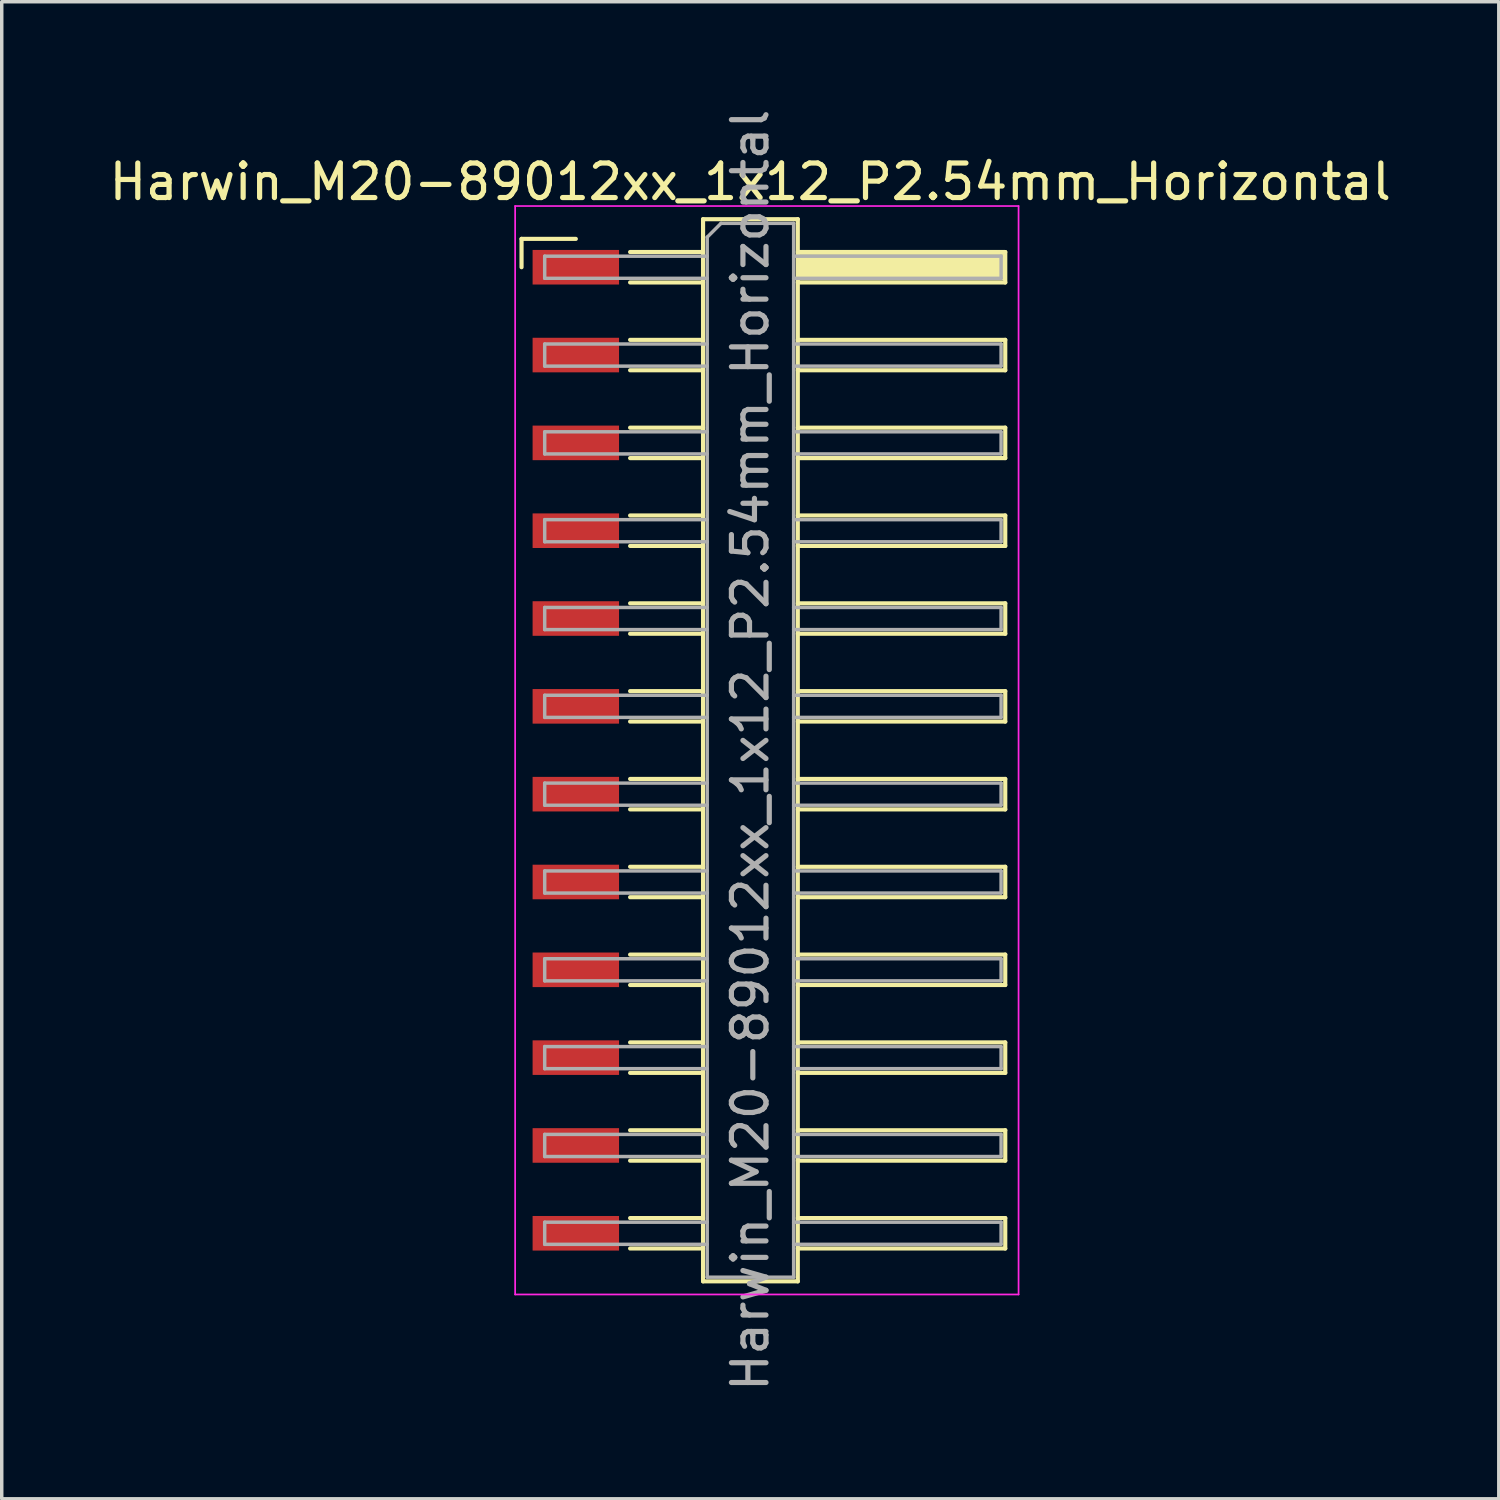
<source format=kicad_pcb>
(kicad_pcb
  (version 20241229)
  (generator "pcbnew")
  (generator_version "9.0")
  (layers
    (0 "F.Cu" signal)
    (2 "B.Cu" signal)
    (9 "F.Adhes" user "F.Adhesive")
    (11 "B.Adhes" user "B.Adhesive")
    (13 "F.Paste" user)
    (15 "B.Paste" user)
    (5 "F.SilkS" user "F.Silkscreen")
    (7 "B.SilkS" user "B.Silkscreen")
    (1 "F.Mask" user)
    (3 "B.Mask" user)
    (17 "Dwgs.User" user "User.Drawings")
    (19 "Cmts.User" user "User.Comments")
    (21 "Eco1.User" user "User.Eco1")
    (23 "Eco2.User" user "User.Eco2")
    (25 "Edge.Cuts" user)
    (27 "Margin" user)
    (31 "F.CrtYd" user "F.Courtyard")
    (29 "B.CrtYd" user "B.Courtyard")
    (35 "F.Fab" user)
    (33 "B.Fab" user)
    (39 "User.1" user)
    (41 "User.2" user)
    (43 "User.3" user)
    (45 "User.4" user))
  (footprint "Harwin_M20-89012xx_1x12_P2.54mm_Horizontal"
    (layer "F.Cu")
    (at 19.129 18.649)
    (property "Reference" "Harwin_M20-89012xx_1x12_P2.54mm_Horizontal" (at -0.48 -16.44 0) (layer "F.SilkS") (effects (font (size 1 1) (thickness 0.15))))
    (attr smd)
    (fp_line (start -7.095 -14.79) (end -5.525 -14.79) (stroke (width 0.12) (type solid)) (layer "F.SilkS"))
    (fp_line (start -7.095 -13.97) (end -7.095 -14.79) (stroke (width 0.12) (type solid)) (layer "F.SilkS"))
    (fp_line (start -3.955 -14.41) (end -1.845 -14.41) (stroke (width 0.12) (type solid)) (layer "F.SilkS"))
    (fp_line (start -3.955 -13.53) (end -1.845 -13.53) (stroke (width 0.12) (type solid)) (layer "F.SilkS"))
    (fp_line (start -3.955 -11.87) (end -1.845 -11.87) (stroke (width 0.12) (type solid)) (layer "F.SilkS"))
    (fp_line (start -3.955 -10.99) (end -1.845 -10.99) (stroke (width 0.12) (type solid)) (layer "F.SilkS"))
    (fp_line (start -3.955 -9.33) (end -1.845 -9.33) (stroke (width 0.12) (type solid)) (layer "F.SilkS"))
    (fp_line (start -3.955 -8.45) (end -1.845 -8.45) (stroke (width 0.12) (type solid)) (layer "F.SilkS"))
    (fp_line (start -3.955 -6.79) (end -1.845 -6.79) (stroke (width 0.12) (type solid)) (layer "F.SilkS"))
    (fp_line (start -3.955 -5.91) (end -1.845 -5.91) (stroke (width 0.12) (type solid)) (layer "F.SilkS"))
    (fp_line (start -3.955 -4.25) (end -1.845 -4.25) (stroke (width 0.12) (type solid)) (layer "F.SilkS"))
    (fp_line (start -3.955 -3.37) (end -1.845 -3.37) (stroke (width 0.12) (type solid)) (layer "F.SilkS"))
    (fp_line (start -3.955 -1.71) (end -1.845 -1.71) (stroke (width 0.12) (type solid)) (layer "F.SilkS"))
    (fp_line (start -3.955 -0.83) (end -1.845 -0.83) (stroke (width 0.12) (type solid)) (layer "F.SilkS"))
    (fp_line (start -3.955 0.83) (end -1.845 0.83) (stroke (width 0.12) (type solid)) (layer "F.SilkS"))
    (fp_line (start -3.955 1.71) (end -1.845 1.71) (stroke (width 0.12) (type solid)) (layer "F.SilkS"))
    (fp_line (start -3.955 3.37) (end -1.845 3.37) (stroke (width 0.12) (type solid)) (layer "F.SilkS"))
    (fp_line (start -3.955 4.25) (end -1.845 4.25) (stroke (width 0.12) (type solid)) (layer "F.SilkS"))
    (fp_line (start -3.955 5.91) (end -1.845 5.91) (stroke (width 0.12) (type solid)) (layer "F.SilkS"))
    (fp_line (start -3.955 6.79) (end -1.845 6.79) (stroke (width 0.12) (type solid)) (layer "F.SilkS"))
    (fp_line (start -3.955 8.45) (end -1.845 8.45) (stroke (width 0.12) (type solid)) (layer "F.SilkS"))
    (fp_line (start -3.955 9.33) (end -1.845 9.33) (stroke (width 0.12) (type solid)) (layer "F.SilkS"))
    (fp_line (start -3.955 10.99) (end -1.845 10.99) (stroke (width 0.12) (type solid)) (layer "F.SilkS"))
    (fp_line (start -3.955 11.87) (end -1.845 11.87) (stroke (width 0.12) (type solid)) (layer "F.SilkS"))
    (fp_line (start -3.955 13.53) (end -1.845 13.53) (stroke (width 0.12) (type solid)) (layer "F.SilkS"))
    (fp_line (start -3.955 14.41) (end -1.845 14.41) (stroke (width 0.12) (type solid)) (layer "F.SilkS"))
    (fp_line (start -1.845 -15.36) (end 0.895 -15.36) (stroke (width 0.12) (type solid)) (layer "F.SilkS"))
    (fp_line (start -1.845 15.36) (end -1.845 -15.36) (stroke (width 0.12) (type solid)) (layer "F.SilkS"))
    (fp_line (start 0.895 -15.36) (end 0.895 15.36) (stroke (width 0.12) (type solid)) (layer "F.SilkS"))
    (fp_line (start 0.895 -14.41) (end 6.895 -14.41) (stroke (width 0.12) (type solid)) (layer "F.SilkS"))
    (fp_line (start 0.895 -11.87) (end 6.895 -11.87) (stroke (width 0.12) (type solid)) (layer "F.SilkS"))
    (fp_line (start 0.895 -9.33) (end 6.895 -9.33) (stroke (width 0.12) (type solid)) (layer "F.SilkS"))
    (fp_line (start 0.895 -6.79) (end 6.895 -6.79) (stroke (width 0.12) (type solid)) (layer "F.SilkS"))
    (fp_line (start 0.895 -4.25) (end 6.895 -4.25) (stroke (width 0.12) (type solid)) (layer "F.SilkS"))
    (fp_line (start 0.895 -1.71) (end 6.895 -1.71) (stroke (width 0.12) (type solid)) (layer "F.SilkS"))
    (fp_line (start 0.895 0.83) (end 6.895 0.83) (stroke (width 0.12) (type solid)) (layer "F.SilkS"))
    (fp_line (start 0.895 3.37) (end 6.895 3.37) (stroke (width 0.12) (type solid)) (layer "F.SilkS"))
    (fp_line (start 0.895 5.91) (end 6.895 5.91) (stroke (width 0.12) (type solid)) (layer "F.SilkS"))
    (fp_line (start 0.895 8.45) (end 6.895 8.45) (stroke (width 0.12) (type solid)) (layer "F.SilkS"))
    (fp_line (start 0.895 10.99) (end 6.895 10.99) (stroke (width 0.12) (type solid)) (layer "F.SilkS"))
    (fp_line (start 0.895 13.53) (end 6.895 13.53) (stroke (width 0.12) (type solid)) (layer "F.SilkS"))
    (fp_line (start 0.895 15.36) (end -1.845 15.36) (stroke (width 0.12) (type solid)) (layer "F.SilkS"))
    (fp_line (start 6.895 -14.41) (end 6.895 -13.53) (stroke (width 0.12) (type solid)) (layer "F.SilkS"))
    (fp_line (start 6.895 -13.53) (end 0.895 -13.53) (stroke (width 0.12) (type solid)) (layer "F.SilkS"))
    (fp_line (start 6.895 -11.87) (end 6.895 -10.99) (stroke (width 0.12) (type solid)) (layer "F.SilkS"))
    (fp_line (start 6.895 -10.99) (end 0.895 -10.99) (stroke (width 0.12) (type solid)) (layer "F.SilkS"))
    (fp_line (start 6.895 -9.33) (end 6.895 -8.45) (stroke (width 0.12) (type solid)) (layer "F.SilkS"))
    (fp_line (start 6.895 -8.45) (end 0.895 -8.45) (stroke (width 0.12) (type solid)) (layer "F.SilkS"))
    (fp_line (start 6.895 -6.79) (end 6.895 -5.91) (stroke (width 0.12) (type solid)) (layer "F.SilkS"))
    (fp_line (start 6.895 -5.91) (end 0.895 -5.91) (stroke (width 0.12) (type solid)) (layer "F.SilkS"))
    (fp_line (start 6.895 -4.25) (end 6.895 -3.37) (stroke (width 0.12) (type solid)) (layer "F.SilkS"))
    (fp_line (start 6.895 -3.37) (end 0.895 -3.37) (stroke (width 0.12) (type solid)) (layer "F.SilkS"))
    (fp_line (start 6.895 -1.71) (end 6.895 -0.83) (stroke (width 0.12) (type solid)) (layer "F.SilkS"))
    (fp_line (start 6.895 -0.83) (end 0.895 -0.83) (stroke (width 0.12) (type solid)) (layer "F.SilkS"))
    (fp_line (start 6.895 0.83) (end 6.895 1.71) (stroke (width 0.12) (type solid)) (layer "F.SilkS"))
    (fp_line (start 6.895 1.71) (end 0.895 1.71) (stroke (width 0.12) (type solid)) (layer "F.SilkS"))
    (fp_line (start 6.895 3.37) (end 6.895 4.25) (stroke (width 0.12) (type solid)) (layer "F.SilkS"))
    (fp_line (start 6.895 4.25) (end 0.895 4.25) (stroke (width 0.12) (type solid)) (layer "F.SilkS"))
    (fp_line (start 6.895 5.91) (end 6.895 6.79) (stroke (width 0.12) (type solid)) (layer "F.SilkS"))
    (fp_line (start 6.895 6.79) (end 0.895 6.79) (stroke (width 0.12) (type solid)) (layer "F.SilkS"))
    (fp_line (start 6.895 8.45) (end 6.895 9.33) (stroke (width 0.12) (type solid)) (layer "F.SilkS"))
    (fp_line (start 6.895 9.33) (end 0.895 9.33) (stroke (width 0.12) (type solid)) (layer "F.SilkS"))
    (fp_line (start 6.895 10.99) (end 6.895 11.87) (stroke (width 0.12) (type solid)) (layer "F.SilkS"))
    (fp_line (start 6.895 11.87) (end 0.895 11.87) (stroke (width 0.12) (type solid)) (layer "F.SilkS"))
    (fp_line (start 6.895 13.53) (end 6.895 14.41) (stroke (width 0.12) (type solid)) (layer "F.SilkS"))
    (fp_line (start 6.895 14.41) (end 0.895 14.41) (stroke (width 0.12) (type solid)) (layer "F.SilkS"))
    (fp_line (start -7.28 -15.74) (end 7.28 -15.74) (stroke (width 0.05) (type solid)) (layer "F.CrtYd"))
    (fp_line (start -7.28 15.74) (end -7.28 -15.74) (stroke (width 0.05) (type solid)) (layer "F.CrtYd"))
    (fp_line (start 7.28 -15.74) (end 7.28 15.74) (stroke (width 0.05) (type solid)) (layer "F.CrtYd"))
    (fp_line (start 7.28 15.74) (end -7.28 15.74) (stroke (width 0.05) (type solid)) (layer "F.CrtYd"))
    (fp_line (start -6.425 -14.29) (end -6.425 -13.65) (stroke (width 0.1) (type solid)) (layer "F.Fab"))
    (fp_line (start -6.425 -13.65) (end -1.725 -13.65) (stroke (width 0.1) (type solid)) (layer "F.Fab"))
    (fp_line (start -6.425 -11.75) (end -6.425 -11.11) (stroke (width 0.1) (type solid)) (layer "F.Fab"))
    (fp_line (start -6.425 -11.11) (end -1.725 -11.11) (stroke (width 0.1) (type solid)) (layer "F.Fab"))
    (fp_line (start -6.425 -9.21) (end -6.425 -8.57) (stroke (width 0.1) (type solid)) (layer "F.Fab"))
    (fp_line (start -6.425 -8.57) (end -1.725 -8.57) (stroke (width 0.1) (type solid)) (layer "F.Fab"))
    (fp_line (start -6.425 -6.67) (end -6.425 -6.03) (stroke (width 0.1) (type solid)) (layer "F.Fab"))
    (fp_line (start -6.425 -6.03) (end -1.725 -6.03) (stroke (width 0.1) (type solid)) (layer "F.Fab"))
    (fp_line (start -6.425 -4.13) (end -6.425 -3.49) (stroke (width 0.1) (type solid)) (layer "F.Fab"))
    (fp_line (start -6.425 -3.49) (end -1.725 -3.49) (stroke (width 0.1) (type solid)) (layer "F.Fab"))
    (fp_line (start -6.425 -1.59) (end -6.425 -0.95) (stroke (width 0.1) (type solid)) (layer "F.Fab"))
    (fp_line (start -6.425 -0.95) (end -1.725 -0.95) (stroke (width 0.1) (type solid)) (layer "F.Fab"))
    (fp_line (start -6.425 0.95) (end -6.425 1.59) (stroke (width 0.1) (type solid)) (layer "F.Fab"))
    (fp_line (start -6.425 1.59) (end -1.725 1.59) (stroke (width 0.1) (type solid)) (layer "F.Fab"))
    (fp_line (start -6.425 3.49) (end -6.425 4.13) (stroke (width 0.1) (type solid)) (layer "F.Fab"))
    (fp_line (start -6.425 4.13) (end -1.725 4.13) (stroke (width 0.1) (type solid)) (layer "F.Fab"))
    (fp_line (start -6.425 6.03) (end -6.425 6.67) (stroke (width 0.1) (type solid)) (layer "F.Fab"))
    (fp_line (start -6.425 6.67) (end -1.725 6.67) (stroke (width 0.1) (type solid)) (layer "F.Fab"))
    (fp_line (start -6.425 8.57) (end -6.425 9.21) (stroke (width 0.1) (type solid)) (layer "F.Fab"))
    (fp_line (start -6.425 9.21) (end -1.725 9.21) (stroke (width 0.1) (type solid)) (layer "F.Fab"))
    (fp_line (start -6.425 11.11) (end -6.425 11.75) (stroke (width 0.1) (type solid)) (layer "F.Fab"))
    (fp_line (start -6.425 11.75) (end -1.725 11.75) (stroke (width 0.1) (type solid)) (layer "F.Fab"))
    (fp_line (start -6.425 13.65) (end -6.425 14.29) (stroke (width 0.1) (type solid)) (layer "F.Fab"))
    (fp_line (start -6.425 14.29) (end -1.725 14.29) (stroke (width 0.1) (type solid)) (layer "F.Fab"))
    (fp_line (start -1.725 -14.84) (end -1.325 -15.24) (stroke (width 0.1) (type solid)) (layer "F.Fab"))
    (fp_line (start -1.725 -14.29) (end -6.425 -14.29) (stroke (width 0.1) (type solid)) (layer "F.Fab"))
    (fp_line (start -1.725 -11.75) (end -6.425 -11.75) (stroke (width 0.1) (type solid)) (layer "F.Fab"))
    (fp_line (start -1.725 -9.21) (end -6.425 -9.21) (stroke (width 0.1) (type solid)) (layer "F.Fab"))
    (fp_line (start -1.725 -6.67) (end -6.425 -6.67) (stroke (width 0.1) (type solid)) (layer "F.Fab"))
    (fp_line (start -1.725 -4.13) (end -6.425 -4.13) (stroke (width 0.1) (type solid)) (layer "F.Fab"))
    (fp_line (start -1.725 -1.59) (end -6.425 -1.59) (stroke (width 0.1) (type solid)) (layer "F.Fab"))
    (fp_line (start -1.725 0.95) (end -6.425 0.95) (stroke (width 0.1) (type solid)) (layer "F.Fab"))
    (fp_line (start -1.725 3.49) (end -6.425 3.49) (stroke (width 0.1) (type solid)) (layer "F.Fab"))
    (fp_line (start -1.725 6.03) (end -6.425 6.03) (stroke (width 0.1) (type solid)) (layer "F.Fab"))
    (fp_line (start -1.725 8.57) (end -6.425 8.57) (stroke (width 0.1) (type solid)) (layer "F.Fab"))
    (fp_line (start -1.725 11.11) (end -6.425 11.11) (stroke (width 0.1) (type solid)) (layer "F.Fab"))
    (fp_line (start -1.725 13.65) (end -6.425 13.65) (stroke (width 0.1) (type solid)) (layer "F.Fab"))
    (fp_line (start -1.725 15.24) (end -1.725 -14.84) (stroke (width 0.1) (type solid)) (layer "F.Fab"))
    (fp_line (start -1.325 -15.24) (end 0.775 -15.24) (stroke (width 0.1) (type solid)) (layer "F.Fab"))
    (fp_line (start 0.775 -15.24) (end 0.775 15.24) (stroke (width 0.1) (type solid)) (layer "F.Fab"))
    (fp_line (start 0.775 -14.29) (end 6.775 -14.29) (stroke (width 0.1) (type solid)) (layer "F.Fab"))
    (fp_line (start 0.775 -11.75) (end 6.775 -11.75) (stroke (width 0.1) (type solid)) (layer "F.Fab"))
    (fp_line (start 0.775 -9.21) (end 6.775 -9.21) (stroke (width 0.1) (type solid)) (layer "F.Fab"))
    (fp_line (start 0.775 -6.67) (end 6.775 -6.67) (stroke (width 0.1) (type solid)) (layer "F.Fab"))
    (fp_line (start 0.775 -4.13) (end 6.775 -4.13) (stroke (width 0.1) (type solid)) (layer "F.Fab"))
    (fp_line (start 0.775 -1.59) (end 6.775 -1.59) (stroke (width 0.1) (type solid)) (layer "F.Fab"))
    (fp_line (start 0.775 0.95) (end 6.775 0.95) (stroke (width 0.1) (type solid)) (layer "F.Fab"))
    (fp_line (start 0.775 3.49) (end 6.775 3.49) (stroke (width 0.1) (type solid)) (layer "F.Fab"))
    (fp_line (start 0.775 6.03) (end 6.775 6.03) (stroke (width 0.1) (type solid)) (layer "F.Fab"))
    (fp_line (start 0.775 8.57) (end 6.775 8.57) (stroke (width 0.1) (type solid)) (layer "F.Fab"))
    (fp_line (start 0.775 11.11) (end 6.775 11.11) (stroke (width 0.1) (type solid)) (layer "F.Fab"))
    (fp_line (start 0.775 13.65) (end 6.775 13.65) (stroke (width 0.1) (type solid)) (layer "F.Fab"))
    (fp_line (start 0.775 15.24) (end -1.725 15.24) (stroke (width 0.1) (type solid)) (layer "F.Fab"))
    (fp_line (start 6.775 -14.29) (end 6.775 -13.65) (stroke (width 0.1) (type solid)) (layer "F.Fab"))
    (fp_line (start 6.775 -13.65) (end 0.775 -13.65) (stroke (width 0.1) (type solid)) (layer "F.Fab"))
    (fp_line (start 6.775 -11.75) (end 6.775 -11.11) (stroke (width 0.1) (type solid)) (layer "F.Fab"))
    (fp_line (start 6.775 -11.11) (end 0.775 -11.11) (stroke (width 0.1) (type solid)) (layer "F.Fab"))
    (fp_line (start 6.775 -9.21) (end 6.775 -8.57) (stroke (width 0.1) (type solid)) (layer "F.Fab"))
    (fp_line (start 6.775 -8.57) (end 0.775 -8.57) (stroke (width 0.1) (type solid)) (layer "F.Fab"))
    (fp_line (start 6.775 -6.67) (end 6.775 -6.03) (stroke (width 0.1) (type solid)) (layer "F.Fab"))
    (fp_line (start 6.775 -6.03) (end 0.775 -6.03) (stroke (width 0.1) (type solid)) (layer "F.Fab"))
    (fp_line (start 6.775 -4.13) (end 6.775 -3.49) (stroke (width 0.1) (type solid)) (layer "F.Fab"))
    (fp_line (start 6.775 -3.49) (end 0.775 -3.49) (stroke (width 0.1) (type solid)) (layer "F.Fab"))
    (fp_line (start 6.775 -1.59) (end 6.775 -0.95) (stroke (width 0.1) (type solid)) (layer "F.Fab"))
    (fp_line (start 6.775 -0.95) (end 0.775 -0.95) (stroke (width 0.1) (type solid)) (layer "F.Fab"))
    (fp_line (start 6.775 0.95) (end 6.775 1.59) (stroke (width 0.1) (type solid)) (layer "F.Fab"))
    (fp_line (start 6.775 1.59) (end 0.775 1.59) (stroke (width 0.1) (type solid)) (layer "F.Fab"))
    (fp_line (start 6.775 3.49) (end 6.775 4.13) (stroke (width 0.1) (type solid)) (layer "F.Fab"))
    (fp_line (start 6.775 4.13) (end 0.775 4.13) (stroke (width 0.1) (type solid)) (layer "F.Fab"))
    (fp_line (start 6.775 6.03) (end 6.775 6.67) (stroke (width 0.1) (type solid)) (layer "F.Fab"))
    (fp_line (start 6.775 6.67) (end 0.775 6.67) (stroke (width 0.1) (type solid)) (layer "F.Fab"))
    (fp_line (start 6.775 8.57) (end 6.775 9.21) (stroke (width 0.1) (type solid)) (layer "F.Fab"))
    (fp_line (start 6.775 9.21) (end 0.775 9.21) (stroke (width 0.1) (type solid)) (layer "F.Fab"))
    (fp_line (start 6.775 11.11) (end 6.775 11.75) (stroke (width 0.1) (type solid)) (layer "F.Fab"))
    (fp_line (start 6.775 11.75) (end 0.775 11.75) (stroke (width 0.1) (type solid)) (layer "F.Fab"))
    (fp_line (start 6.775 13.65) (end 6.775 14.29) (stroke (width 0.1) (type solid)) (layer "F.Fab"))
    (fp_line (start 6.775 14.29) (end 0.775 14.29) (stroke (width 0.1) (type solid)) (layer "F.Fab"))
    (fp_text user "${REFERENCE}" (at -0.48 0 90) (layer "F.Fab") (effects (font (size 1 1) (thickness 0.15))))
    (pad "" smd rect (at 3.895 -13.97) (size 6 0.76) (layers "F.SilkS"))
    (pad "1" smd rect (at -5.525 -13.97) (size 2.5 1) (layers "F.Cu" "F.Mask" "F.Paste"))
    (pad "2" smd rect (at -5.525 -11.43) (size 2.5 1) (layers "F.Cu" "F.Mask" "F.Paste"))
    (pad "3" smd rect (at -5.525 -8.89) (size 2.5 1) (layers "F.Cu" "F.Mask" "F.Paste"))
    (pad "4" smd rect (at -5.525 -6.35) (size 2.5 1) (layers "F.Cu" "F.Mask" "F.Paste"))
    (pad "5" smd rect (at -5.525 -3.81) (size 2.5 1) (layers "F.Cu" "F.Mask" "F.Paste"))
    (pad "6" smd rect (at -5.525 -1.27) (size 2.5 1) (layers "F.Cu" "F.Mask" "F.Paste"))
    (pad "7" smd rect (at -5.525 1.27) (size 2.5 1) (layers "F.Cu" "F.Mask" "F.Paste"))
    (pad "8" smd rect (at -5.525 3.81) (size 2.5 1) (layers "F.Cu" "F.Mask" "F.Paste"))
    (pad "9" smd rect (at -5.525 6.35) (size 2.5 1) (layers "F.Cu" "F.Mask" "F.Paste"))
    (pad "10" smd rect (at -5.525 8.89) (size 2.5 1) (layers "F.Cu" "F.Mask" "F.Paste"))
    (pad "11" smd rect (at -5.525 11.43) (size 2.5 1) (layers "F.Cu" "F.Mask" "F.Paste"))
    (pad "12" smd rect (at -5.525 13.97) (size 2.5 1) (layers "F.Cu" "F.Mask" "F.Paste")))
  (gr_rect
    (start -3 -3)
    (end 40.298 40.298)
    (stroke (width 0.1) (type default))
    (fill no)
    (layer "Edge.Cuts")))
</source>
